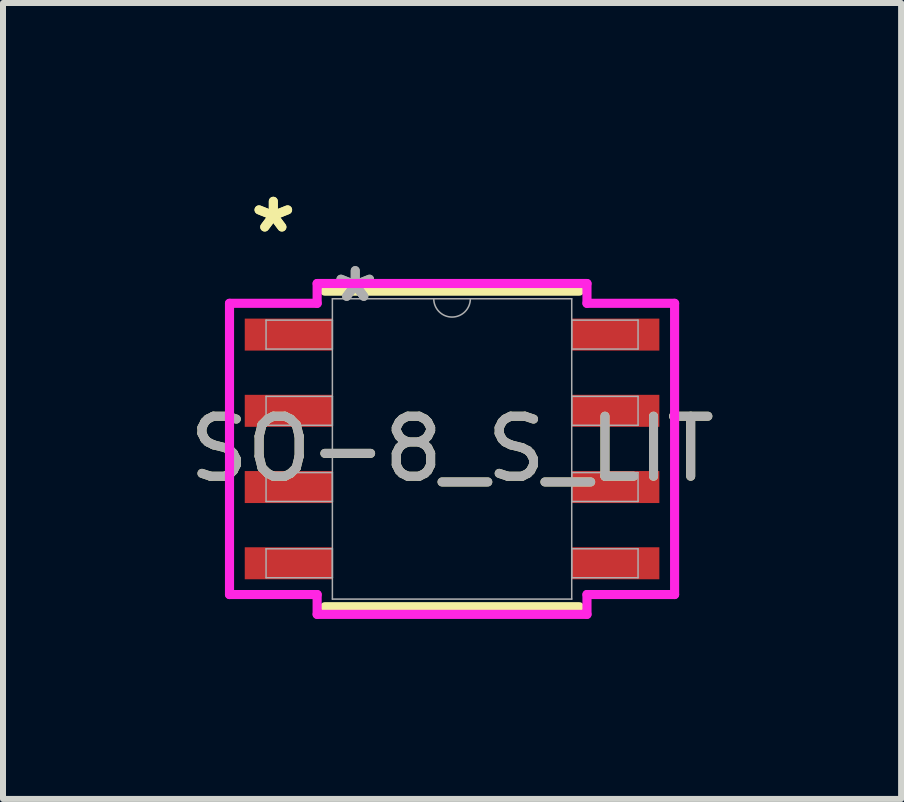
<source format=kicad_pcb>
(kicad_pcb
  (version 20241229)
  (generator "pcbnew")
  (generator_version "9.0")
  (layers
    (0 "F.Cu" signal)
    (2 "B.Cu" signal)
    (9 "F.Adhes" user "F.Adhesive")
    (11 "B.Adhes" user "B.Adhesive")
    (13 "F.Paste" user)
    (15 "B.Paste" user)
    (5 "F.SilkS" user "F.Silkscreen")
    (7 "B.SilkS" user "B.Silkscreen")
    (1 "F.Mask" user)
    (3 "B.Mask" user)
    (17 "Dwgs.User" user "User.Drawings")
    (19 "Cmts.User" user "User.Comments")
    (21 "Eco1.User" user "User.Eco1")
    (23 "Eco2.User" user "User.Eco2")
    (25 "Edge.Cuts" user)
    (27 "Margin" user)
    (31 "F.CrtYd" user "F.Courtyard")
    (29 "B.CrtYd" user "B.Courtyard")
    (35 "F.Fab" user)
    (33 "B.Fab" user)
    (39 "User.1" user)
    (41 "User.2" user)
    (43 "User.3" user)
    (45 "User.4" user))
  (footprint "SO-8_S_LIT"
    (layer "F.Cu")
    (at 4.482 4.43)
    (property "Reference" "SO-8_S_LIT" (at 0 0 0) (unlocked yes) (layer "F.SilkS") (effects (font (size 1 1) (thickness 0.15))))
    (attr smd)
    (fp_line (start -2.121 2.629) (end 2.121 2.629) (stroke (width 0.152) (type solid)) (layer "F.SilkS"))
    (fp_line (start 2.121 -2.629) (end -2.121 -2.629) (stroke (width 0.152) (type solid)) (layer "F.SilkS"))
    (fp_line (start -3.708 -2.426) (end -2.248 -2.426) (stroke (width 0.152) (type solid)) (layer "F.CrtYd"))
    (fp_line (start -3.708 2.426) (end -3.708 -2.426) (stroke (width 0.152) (type solid)) (layer "F.CrtYd"))
    (fp_line (start -3.708 2.426) (end -2.248 2.426) (stroke (width 0.152) (type solid)) (layer "F.CrtYd"))
    (fp_line (start -2.248 -2.756) (end 2.248 -2.756) (stroke (width 0.152) (type solid)) (layer "F.CrtYd"))
    (fp_line (start -2.248 -2.426) (end -2.248 -2.756) (stroke (width 0.152) (type solid)) (layer "F.CrtYd"))
    (fp_line (start -2.248 2.756) (end -2.248 2.426) (stroke (width 0.152) (type solid)) (layer "F.CrtYd"))
    (fp_line (start 2.248 -2.756) (end 2.248 -2.426) (stroke (width 0.152) (type solid)) (layer "F.CrtYd"))
    (fp_line (start 2.248 2.426) (end 2.248 2.756) (stroke (width 0.152) (type solid)) (layer "F.CrtYd"))
    (fp_line (start 2.248 2.756) (end -2.248 2.756) (stroke (width 0.152) (type solid)) (layer "F.CrtYd"))
    (fp_line (start 3.708 -2.426) (end 2.248 -2.426) (stroke (width 0.152) (type solid)) (layer "F.CrtYd"))
    (fp_line (start 3.708 -2.426) (end 3.708 2.426) (stroke (width 0.152) (type solid)) (layer "F.CrtYd"))
    (fp_line (start 3.708 2.426) (end 2.248 2.426) (stroke (width 0.152) (type solid)) (layer "F.CrtYd"))
    (fp_line (start -3.099 -2.146) (end -3.099 -1.664) (stroke (width 0.025) (type solid)) (layer "F.Fab"))
    (fp_line (start -3.099 -1.664) (end -1.994 -1.664) (stroke (width 0.025) (type solid)) (layer "F.Fab"))
    (fp_line (start -3.099 -0.876) (end -3.099 -0.394) (stroke (width 0.025) (type solid)) (layer "F.Fab"))
    (fp_line (start -3.099 -0.394) (end -1.994 -0.394) (stroke (width 0.025) (type solid)) (layer "F.Fab"))
    (fp_line (start -3.099 0.394) (end -3.099 0.876) (stroke (width 0.025) (type solid)) (layer "F.Fab"))
    (fp_line (start -3.099 0.876) (end -1.994 0.876) (stroke (width 0.025) (type solid)) (layer "F.Fab"))
    (fp_line (start -3.099 1.664) (end -3.099 2.146) (stroke (width 0.025) (type solid)) (layer "F.Fab"))
    (fp_line (start -3.099 2.146) (end -1.994 2.146) (stroke (width 0.025) (type solid)) (layer "F.Fab"))
    (fp_line (start -1.994 -2.502) (end -1.994 2.502) (stroke (width 0.025) (type solid)) (layer "F.Fab"))
    (fp_line (start -1.994 -2.146) (end -3.099 -2.146) (stroke (width 0.025) (type solid)) (layer "F.Fab"))
    (fp_line (start -1.994 -1.664) (end -1.994 -2.146) (stroke (width 0.025) (type solid)) (layer "F.Fab"))
    (fp_line (start -1.994 -0.876) (end -3.099 -0.876) (stroke (width 0.025) (type solid)) (layer "F.Fab"))
    (fp_line (start -1.994 -0.394) (end -1.994 -0.876) (stroke (width 0.025) (type solid)) (layer "F.Fab"))
    (fp_line (start -1.994 0.394) (end -3.099 0.394) (stroke (width 0.025) (type solid)) (layer "F.Fab"))
    (fp_line (start -1.994 0.876) (end -1.994 0.394) (stroke (width 0.025) (type solid)) (layer "F.Fab"))
    (fp_line (start -1.994 1.664) (end -3.099 1.664) (stroke (width 0.025) (type solid)) (layer "F.Fab"))
    (fp_line (start -1.994 2.146) (end -1.994 1.664) (stroke (width 0.025) (type solid)) (layer "F.Fab"))
    (fp_line (start -1.994 2.502) (end 1.994 2.502) (stroke (width 0.025) (type solid)) (layer "F.Fab"))
    (fp_line (start 1.994 -2.502) (end -1.994 -2.502) (stroke (width 0.025) (type solid)) (layer "F.Fab"))
    (fp_line (start 1.994 -2.146) (end 1.994 -1.664) (stroke (width 0.025) (type solid)) (layer "F.Fab"))
    (fp_line (start 1.994 -1.664) (end 3.099 -1.664) (stroke (width 0.025) (type solid)) (layer "F.Fab"))
    (fp_line (start 1.994 -0.876) (end 1.994 -0.394) (stroke (width 0.025) (type solid)) (layer "F.Fab"))
    (fp_line (start 1.994 -0.394) (end 3.099 -0.394) (stroke (width 0.025) (type solid)) (layer "F.Fab"))
    (fp_line (start 1.994 0.394) (end 1.994 0.876) (stroke (width 0.025) (type solid)) (layer "F.Fab"))
    (fp_line (start 1.994 0.876) (end 3.099 0.876) (stroke (width 0.025) (type solid)) (layer "F.Fab"))
    (fp_line (start 1.994 1.664) (end 1.994 2.146) (stroke (width 0.025) (type solid)) (layer "F.Fab"))
    (fp_line (start 1.994 2.146) (end 3.099 2.146) (stroke (width 0.025) (type solid)) (layer "F.Fab"))
    (fp_line (start 1.994 2.502) (end 1.994 -2.502) (stroke (width 0.025) (type solid)) (layer "F.Fab"))
    (fp_line (start 3.099 -2.146) (end 1.994 -2.146) (stroke (width 0.025) (type solid)) (layer "F.Fab"))
    (fp_line (start 3.099 -1.664) (end 3.099 -2.146) (stroke (width 0.025) (type solid)) (layer "F.Fab"))
    (fp_line (start 3.099 -0.876) (end 1.994 -0.876) (stroke (width 0.025) (type solid)) (layer "F.Fab"))
    (fp_line (start 3.099 -0.394) (end 3.099 -0.876) (stroke (width 0.025) (type solid)) (layer "F.Fab"))
    (fp_line (start 3.099 0.394) (end 1.994 0.394) (stroke (width 0.025) (type solid)) (layer "F.Fab"))
    (fp_line (start 3.099 0.876) (end 3.099 0.394) (stroke (width 0.025) (type solid)) (layer "F.Fab"))
    (fp_line (start 3.099 1.664) (end 1.994 1.664) (stroke (width 0.025) (type solid)) (layer "F.Fab"))
    (fp_line (start 3.099 2.146) (end 3.099 1.664) (stroke (width 0.025) (type solid)) (layer "F.Fab"))
    (fp_arc (start 0.3048 -2.5019) (mid 0 -2.1971) (end -0.3048 -2.5019) (stroke (width 0.0254) (type solid)) (layer "F.Fab"))
    (fp_text user "*" (at -2.978 -3.581 0) (layer "F.SilkS") (effects (font (size 1 1) (thickness 0.15))))
    (fp_text user "*" (at -2.978 -3.581 0) (unlocked yes) (layer "F.SilkS") (effects (font (size 1 1) (thickness 0.15))))
    (fp_text user "${REFERENCE}" (at 0 0 0) (unlocked yes) (layer "F.Fab") (effects (font (size 1 1) (thickness 0.15))))
    (fp_text user "*" (at -1.613 -2.426 0) (layer "F.Fab") (effects (font (size 1 1) (thickness 0.15))))
    (fp_text user "*" (at -1.613 -2.426 0) (unlocked yes) (layer "F.Fab") (effects (font (size 1 1) (thickness 0.15))))
    (pad "1" smd rect (at -2.724 -1.905) (size 1.46 0.533) (layers "F.Cu" "F.Mask" "F.Paste"))
    (pad "2" smd rect (at -2.724 -0.635) (size 1.46 0.533) (layers "F.Cu" "F.Mask" "F.Paste"))
    (pad "3" smd rect (at -2.724 0.635) (size 1.46 0.533) (layers "F.Cu" "F.Mask" "F.Paste"))
    (pad "4" smd rect (at -2.724 1.905) (size 1.46 0.533) (layers "F.Cu" "F.Mask" "F.Paste"))
    (pad "5" smd rect (at 2.724 1.905) (size 1.46 0.533) (layers "F.Cu" "F.Mask" "F.Paste"))
    (pad "6" smd rect (at 2.724 0.635) (size 1.46 0.533) (layers "F.Cu" "F.Mask" "F.Paste"))
    (pad "7" smd rect (at 2.724 -0.635) (size 1.46 0.533) (layers "F.Cu" "F.Mask" "F.Paste"))
    (pad "8" smd rect (at 2.724 -1.905) (size 1.46 0.533) (layers "F.Cu" "F.Mask" "F.Paste")))
  (gr_rect
    (start -3 -3)
    (end 11.964 10.262)
    (stroke (width 0.1) (type default))
    (fill no)
    (layer "Edge.Cuts")))
</source>
